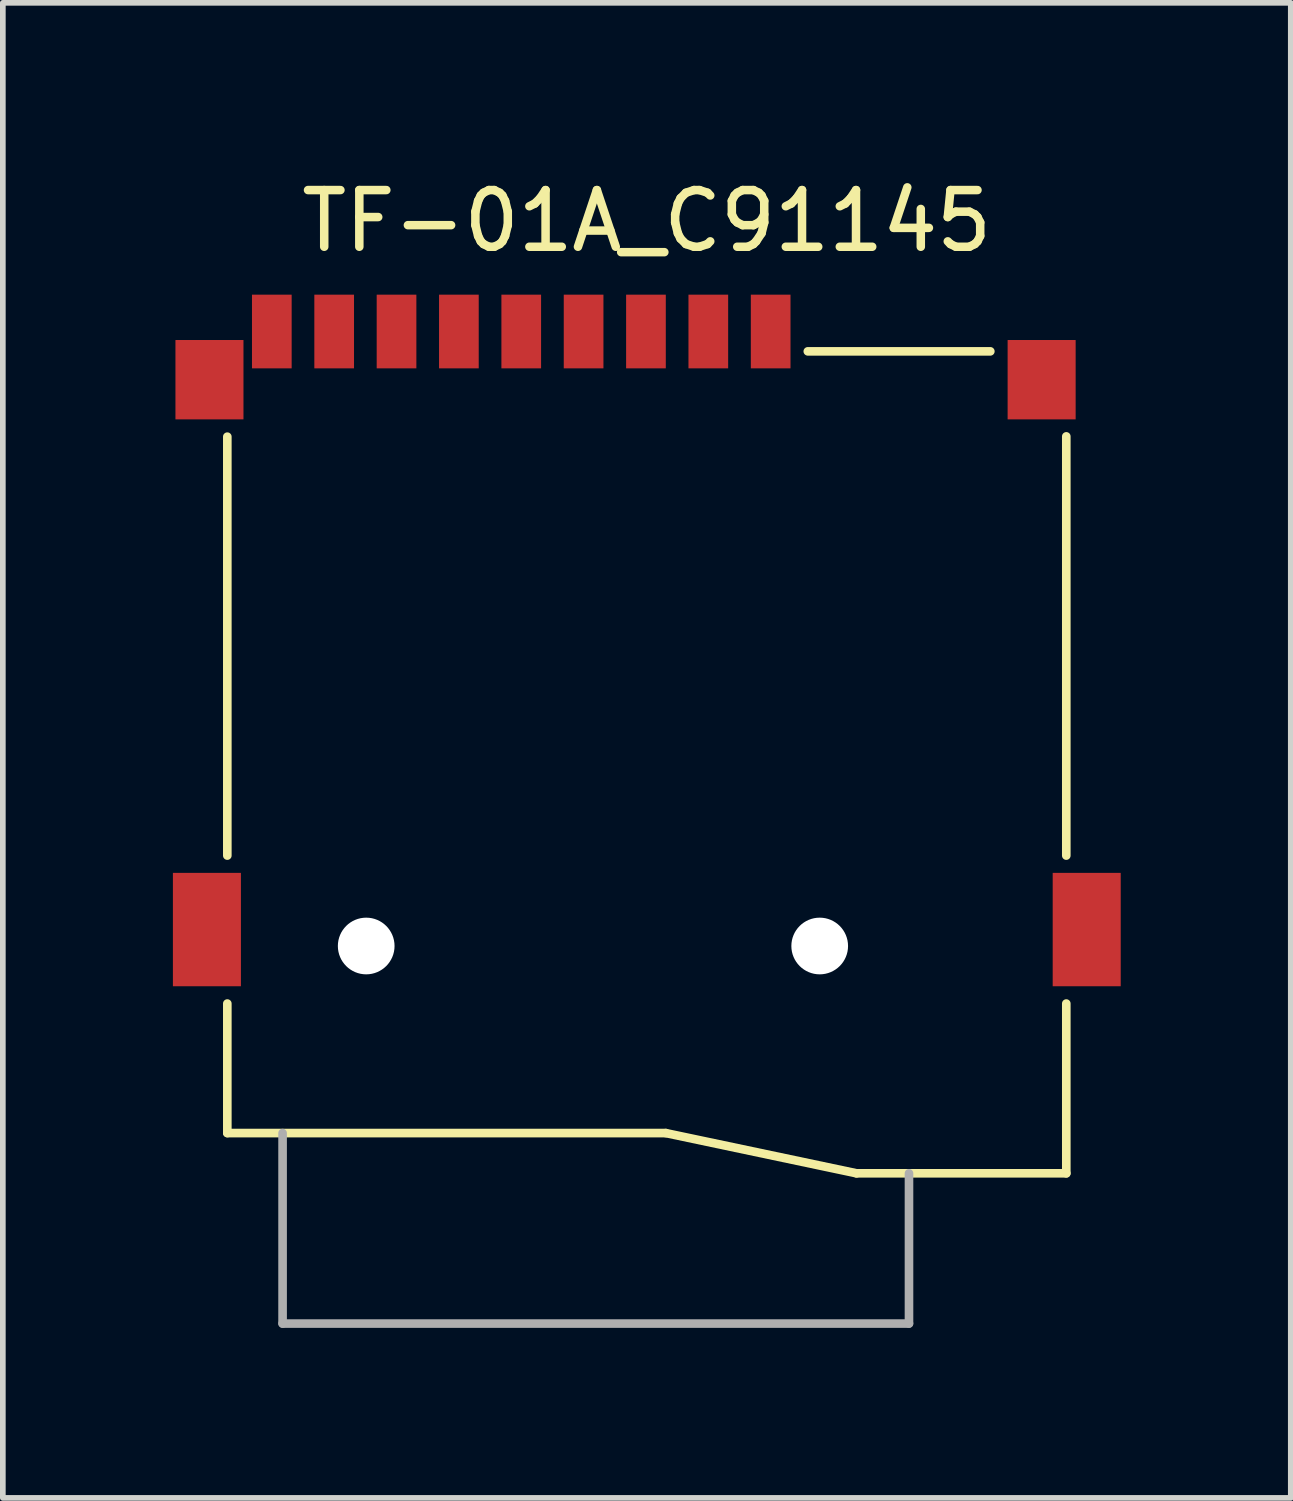
<source format=kicad_pcb>
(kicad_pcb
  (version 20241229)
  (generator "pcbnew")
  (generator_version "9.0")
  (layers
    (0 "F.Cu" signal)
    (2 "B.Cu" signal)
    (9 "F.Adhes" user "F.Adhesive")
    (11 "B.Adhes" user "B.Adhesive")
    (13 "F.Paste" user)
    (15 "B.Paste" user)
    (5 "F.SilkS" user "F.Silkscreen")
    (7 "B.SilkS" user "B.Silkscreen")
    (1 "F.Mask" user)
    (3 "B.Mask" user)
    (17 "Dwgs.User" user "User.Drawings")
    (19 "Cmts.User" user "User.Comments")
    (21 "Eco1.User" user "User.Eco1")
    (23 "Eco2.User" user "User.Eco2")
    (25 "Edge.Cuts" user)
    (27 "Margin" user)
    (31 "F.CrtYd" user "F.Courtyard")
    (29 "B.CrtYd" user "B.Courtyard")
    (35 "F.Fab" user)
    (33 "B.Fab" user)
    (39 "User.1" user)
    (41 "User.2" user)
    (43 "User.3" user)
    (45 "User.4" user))
  (footprint "TF-01A_C91145"
    (layer "F.Cu")
    (at 8.36 17.648)
    (property "Reference" "TF-01A_C91145" (at 0 -16.8 0) (layer "F.SilkS") (effects (font (size 1 1) (thickness 0.15))))
    (attr smd)
    (fp_line (start -7.4 -12.995) (end -7.4 -5.605) (stroke (width 0.152) (type solid)) (layer "F.SilkS"))
    (fp_line (start -7.4 -2.995) (end -7.4 -0.71) (stroke (width 0.152) (type solid)) (layer "F.SilkS"))
    (fp_line (start -7.4 -0.71) (end 0.335 -0.71) (stroke (width 0.152) (type solid)) (layer "F.SilkS"))
    (fp_line (start 0.335 -0.71) (end 3.7 0) (stroke (width 0.152) (type solid)) (layer "F.SilkS"))
    (fp_line (start 2.84 -14.5) (end 6.06 -14.5) (stroke (width 0.152) (type solid)) (layer "F.SilkS"))
    (fp_line (start 3.7 0) (end 7.4 0) (stroke (width 0.152) (type solid)) (layer "F.SilkS"))
    (fp_line (start 7.4 -13) (end 7.4 -5.605) (stroke (width 0.152) (type solid)) (layer "F.SilkS"))
    (fp_line (start 7.4 -2.995) (end 7.4 0) (stroke (width 0.152) (type solid)) (layer "F.SilkS"))
    (fp_line (start -6.425 -0.71) (end -6.425 2.65) (stroke (width 0.152) (type solid)) (layer "F.Fab"))
    (fp_line (start -6.425 2.65) (end 4.625 2.65) (stroke (width 0.152) (type solid)) (layer "F.Fab"))
    (fp_line (start 4.625 0) (end 4.625 2.65) (stroke (width 0.152) (type solid)) (layer "F.Fab"))
    (pad "" np_thru_hole circle (at -4.95 -4.01) (size 1 1) (drill 1) (layers "*.Cu" "*.Mask"))
    (pad "" np_thru_hole circle (at 3.05 -4.01) (size 1 1) (drill 1) (layers "*.Cu" "*.Mask"))
    (pad "1" smd rect (at 2.185 -14.85) (size 0.7 1.3) (layers "F.Cu" "F.Mask" "F.Paste"))
    (pad "2" smd rect (at 1.085 -14.85) (size 0.7 1.3) (layers "F.Cu" "F.Mask" "F.Paste"))
    (pad "3" smd rect (at -0.015 -14.85) (size 0.7 1.3) (layers "F.Cu" "F.Mask" "F.Paste"))
    (pad "4" smd rect (at -1.115 -14.85) (size 0.7 1.3) (layers "F.Cu" "F.Mask" "F.Paste"))
    (pad "5" smd rect (at -2.215 -14.85) (size 0.7 1.3) (layers "F.Cu" "F.Mask" "F.Paste"))
    (pad "6" smd rect (at -3.315 -14.85) (size 0.7 1.3) (layers "F.Cu" "F.Mask" "F.Paste"))
    (pad "7" smd rect (at -4.415 -14.85) (size 0.7 1.3) (layers "F.Cu" "F.Mask" "F.Paste"))
    (pad "8" smd rect (at -5.515 -14.85) (size 0.7 1.3) (layers "F.Cu" "F.Mask" "F.Paste"))
    (pad "9" smd rect (at -6.615 -14.85) (size 0.7 1.3) (layers "F.Cu" "F.Mask" "F.Paste"))
    (pad "11" smd rect (at -7.76 -4.3) (size 1.2 2) (layers "F.Cu" "F.Mask" "F.Paste"))
    (pad "11" smd rect (at -7.715 -14) (size 1.2 1.4) (layers "F.Cu" "F.Mask" "F.Paste"))
    (pad "11" smd rect (at 6.965 -14) (size 1.2 1.4) (layers "F.Cu" "F.Mask" "F.Paste"))
    (pad "11" smd rect (at 7.76 -4.3) (size 1.2 2) (layers "F.Cu" "F.Mask" "F.Paste")))
  (gr_rect
    (start -3 -3)
    (end 19.72 23.374)
    (stroke (width 0.1) (type default))
    (fill no)
    (layer "Edge.Cuts")))
</source>
